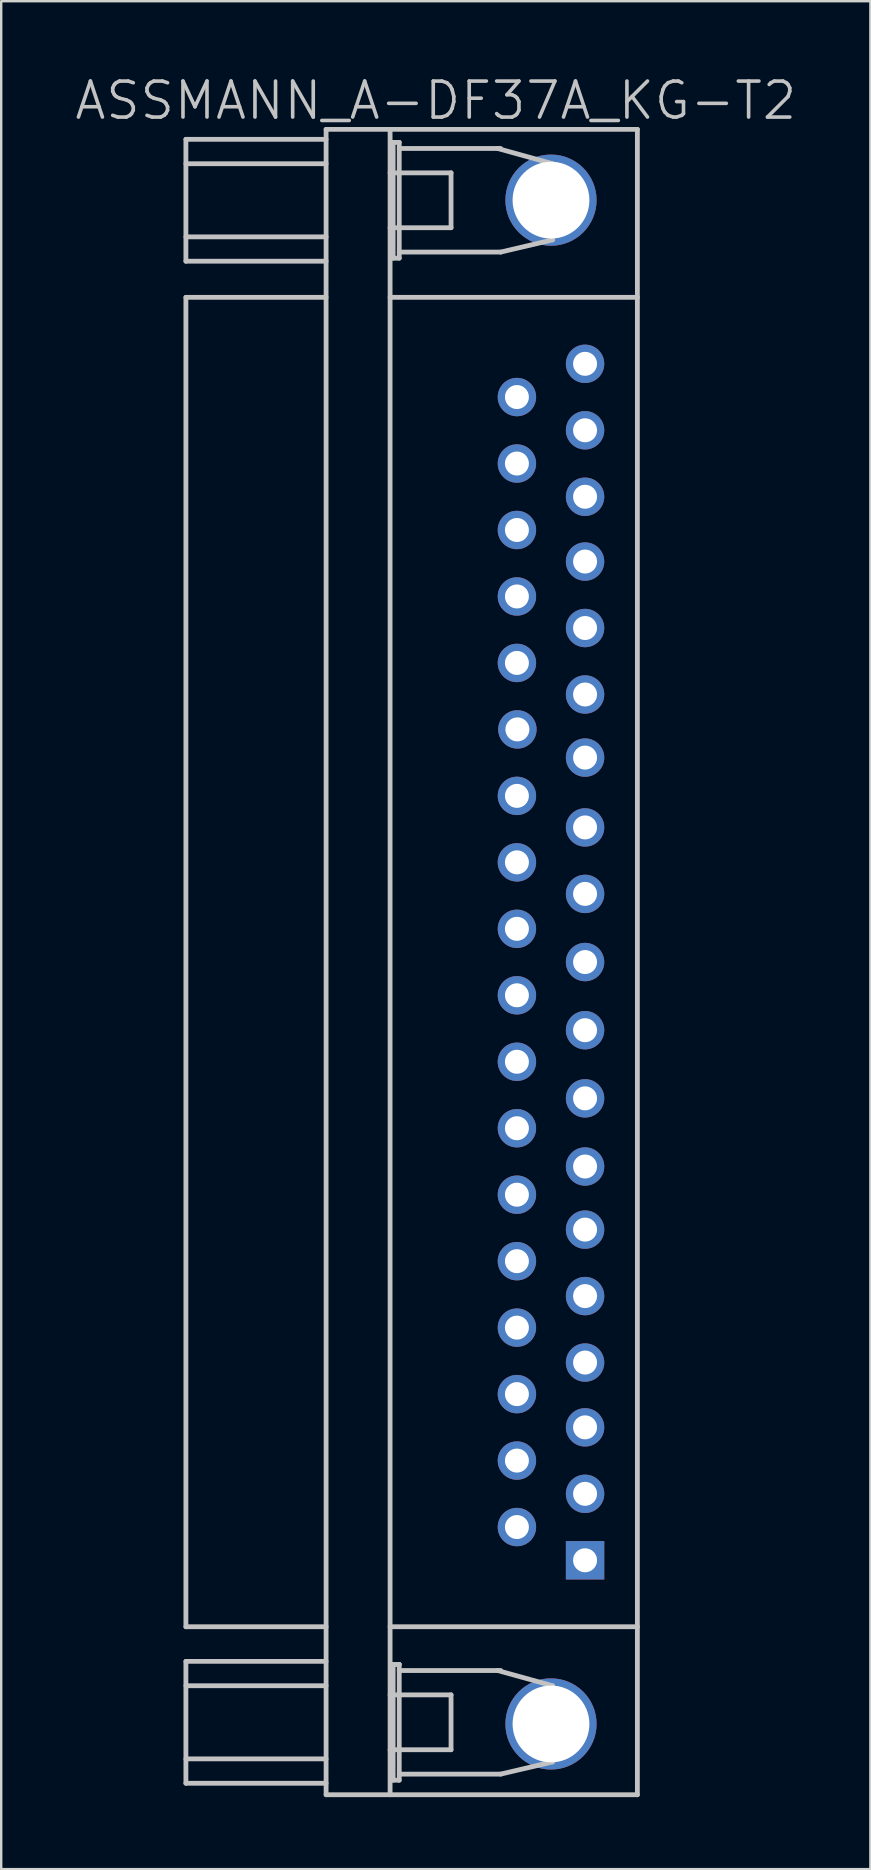
<source format=kicad_pcb>
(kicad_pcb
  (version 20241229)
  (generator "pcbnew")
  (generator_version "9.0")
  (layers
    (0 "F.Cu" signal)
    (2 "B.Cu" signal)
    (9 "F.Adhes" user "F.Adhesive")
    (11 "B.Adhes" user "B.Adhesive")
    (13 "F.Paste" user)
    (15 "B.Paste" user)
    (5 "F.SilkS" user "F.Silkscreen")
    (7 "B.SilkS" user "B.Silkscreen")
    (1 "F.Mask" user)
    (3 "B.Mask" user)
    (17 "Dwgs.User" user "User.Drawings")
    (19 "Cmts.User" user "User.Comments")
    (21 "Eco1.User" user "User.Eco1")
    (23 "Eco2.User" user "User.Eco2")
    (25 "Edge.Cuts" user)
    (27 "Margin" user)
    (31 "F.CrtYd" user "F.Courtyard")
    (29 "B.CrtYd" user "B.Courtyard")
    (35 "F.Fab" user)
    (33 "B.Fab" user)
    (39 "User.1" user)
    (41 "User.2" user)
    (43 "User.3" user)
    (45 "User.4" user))
  (footprint "ASSMANN_A-DF37A_KG-T2"
    (layer "F.Cu")
    (at 15.111 37.041)
    (property "Reference" "ASSMANN_A-DF37A_KG-T2" (at 0 -35.9 180) (layer "Dwgs.User") (effects (font (size 1.5 1.5) (thickness 0.15))))
    (attr through_hole)
    (fp_line (start -10.414 -34.285) (end -10.414 -29.205) (stroke (width 0.2) (type solid)) (layer "Dwgs.User"))
    (fp_line (start -10.414 27.7) (end -10.414 -27.7) (stroke (width 0.2) (type solid)) (layer "Dwgs.User"))
    (fp_line (start -10.414 27.7) (end -4.572 27.7) (stroke (width 0.2) (type solid)) (layer "Dwgs.User"))
    (fp_line (start -10.414 29.142) (end -10.414 34.221) (stroke (width 0.2) (type solid)) (layer "Dwgs.User"))
    (fp_line (start -4.572 -34.285) (end -10.414 -34.285) (stroke (width 0.2) (type solid)) (layer "Dwgs.User"))
    (fp_line (start -4.572 -33.269) (end -10.414 -33.269) (stroke (width 0.2) (type solid)) (layer "Dwgs.User"))
    (fp_line (start -4.572 -30.221) (end -10.414 -30.221) (stroke (width 0.2) (type solid)) (layer "Dwgs.User"))
    (fp_line (start -4.572 -29.205) (end -10.414 -29.205) (stroke (width 0.2) (type solid)) (layer "Dwgs.User"))
    (fp_line (start -4.572 -27.7) (end -10.414 -27.7) (stroke (width 0.2) (type solid)) (layer "Dwgs.User"))
    (fp_line (start -4.572 29.142) (end -10.414 29.142) (stroke (width 0.2) (type solid)) (layer "Dwgs.User"))
    (fp_line (start -4.572 30.157) (end -10.414 30.157) (stroke (width 0.2) (type solid)) (layer "Dwgs.User"))
    (fp_line (start -4.572 33.206) (end -10.414 33.206) (stroke (width 0.2) (type solid)) (layer "Dwgs.User"))
    (fp_line (start -4.572 34.221) (end -10.414 34.221) (stroke (width 0.2) (type solid)) (layer "Dwgs.User"))
    (fp_line (start -4.572 34.7) (end -4.572 -34.7) (stroke (width 0.2) (type solid)) (layer "Dwgs.User"))
    (fp_line (start -1.905 -34.7) (end -1.905 34.7) (stroke (width 0.2) (type solid)) (layer "Dwgs.User"))
    (fp_line (start -1.905 -32.888) (end 0.635 -32.888) (stroke (width 0.2) (type solid)) (layer "Dwgs.User"))
    (fp_line (start -1.905 -27.7) (end 8.4 -27.7) (stroke (width 0.2) (type solid)) (layer "Dwgs.User"))
    (fp_line (start -1.905 27.7) (end 8.4 27.7) (stroke (width 0.2) (type solid)) (layer "Dwgs.User"))
    (fp_line (start -1.905 30.538) (end 0.635 30.538) (stroke (width 0.2) (type solid)) (layer "Dwgs.User"))
    (fp_line (start -1.778 -34.158) (end -1.778 -29.332) (stroke (width 0.2) (type solid)) (layer "Dwgs.User"))
    (fp_line (start -1.778 -29.332) (end -1.524 -29.332) (stroke (width 0.2) (type solid)) (layer "Dwgs.User"))
    (fp_line (start -1.778 29.268) (end -1.778 34.094) (stroke (width 0.2) (type solid)) (layer "Dwgs.User"))
    (fp_line (start -1.778 34.094) (end -1.524 34.094) (stroke (width 0.2) (type solid)) (layer "Dwgs.User"))
    (fp_line (start -1.524 -34.158) (end -1.778 -34.158) (stroke (width 0.2) (type solid)) (layer "Dwgs.User"))
    (fp_line (start -1.524 -33.904) (end 2.703 -33.904) (stroke (width 0.2) (type solid)) (layer "Dwgs.User"))
    (fp_line (start -1.524 -29.332) (end -1.524 -34.158) (stroke (width 0.2) (type solid)) (layer "Dwgs.User"))
    (fp_line (start -1.524 29.268) (end -1.778 29.268) (stroke (width 0.2) (type solid)) (layer "Dwgs.User"))
    (fp_line (start -1.524 29.268) (end -1.778 29.268) (stroke (width 0.2) (type solid)) (layer "Dwgs.User"))
    (fp_line (start -1.524 29.523) (end 2.703 29.523) (stroke (width 0.2) (type solid)) (layer "Dwgs.User"))
    (fp_line (start -1.524 34.094) (end -1.524 29.268) (stroke (width 0.2) (type solid)) (layer "Dwgs.User"))
    (fp_line (start 0.635 -32.888) (end 0.635 -30.602) (stroke (width 0.2) (type solid)) (layer "Dwgs.User"))
    (fp_line (start 0.635 -30.602) (end -1.905 -30.602) (stroke (width 0.2) (type solid)) (layer "Dwgs.User"))
    (fp_line (start 0.635 30.538) (end 0.635 32.825) (stroke (width 0.2) (type solid)) (layer "Dwgs.User"))
    (fp_line (start 0.635 32.825) (end -1.905 32.825) (stroke (width 0.2) (type solid)) (layer "Dwgs.User"))
    (fp_line (start 2.576 -33.904) (end 4.862 -33.269) (stroke (width 0.2) (type solid)) (layer "Dwgs.User"))
    (fp_line (start 2.576 29.523) (end 4.862 30.157) (stroke (width 0.2) (type solid)) (layer "Dwgs.User"))
    (fp_line (start 2.703 -29.586) (end -1.524 -29.586) (stroke (width 0.2) (type solid)) (layer "Dwgs.User"))
    (fp_line (start 2.703 33.84) (end -1.524 33.84) (stroke (width 0.2) (type solid)) (layer "Dwgs.User"))
    (fp_line (start 4.862 -33.269) (end 4.862 -30.094) (stroke (width 0.2) (type solid)) (layer "Dwgs.User"))
    (fp_line (start 4.862 -30.094) (end 2.703 -29.586) (stroke (width 0.2) (type solid)) (layer "Dwgs.User"))
    (fp_line (start 4.862 30.157) (end 4.862 33.333) (stroke (width 0.2) (type solid)) (layer "Dwgs.User"))
    (fp_line (start 4.862 33.333) (end 2.703 33.84) (stroke (width 0.2) (type solid)) (layer "Dwgs.User"))
    (fp_line (start 8.4 -34.7) (end -4.572 -34.7) (stroke (width 0.2) (type solid)) (layer "Dwgs.User"))
    (fp_line (start 8.4 34.7) (end -4.572 34.7) (stroke (width 0.2) (type solid)) (layer "Dwgs.User"))
    (fp_line (start 8.4 34.7) (end 8.4 -34.7) (stroke (width 0.2) (type solid)) (layer "Dwgs.User"))
    (pad "" thru_hole circle (at 4.8 -31.75 270) (size 3.8 3.8) (drill 3.2) (layers "*.Cu" "*.Mask"))
    (pad "" thru_hole circle (at 4.8 31.75 270) (size 3.8 3.8) (drill 3.2) (layers "*.Cu" "*.Mask"))
    (pad "1" thru_hole rect (at 6.22 24.93) (size 1.6 1.6) (drill 1) (layers "*.Cu" "*.Mask"))
    (pad "2" thru_hole circle (at 6.22 22.16) (size 1.6 1.6) (drill 1) (layers "*.Cu" "*.Mask"))
    (pad "3" thru_hole circle (at 6.22 19.39) (size 1.6 1.6) (drill 1) (layers "*.Cu" "*.Mask"))
    (pad "4" thru_hole circle (at 6.22 16.69) (size 1.6 1.6) (drill 1) (layers "*.Cu" "*.Mask"))
    (pad "5" thru_hole circle (at 6.22 13.92) (size 1.6 1.6) (drill 1) (layers "*.Cu" "*.Mask"))
    (pad "6" thru_hole circle (at 6.22 11.15) (size 1.6 1.6) (drill 1) (layers "*.Cu" "*.Mask"))
    (pad "7" thru_hole circle (at 6.22 8.52) (size 1.6 1.6) (drill 1) (layers "*.Cu" "*.Mask"))
    (pad "8" thru_hole circle (at 6.22 5.68) (size 1.6 1.6) (drill 1) (layers "*.Cu" "*.Mask"))
    (pad "9" thru_hole circle (at 6.22 2.84) (size 1.6 1.6) (drill 1) (layers "*.Cu" "*.Mask"))
    (pad "10" thru_hole circle (at 6.22 0) (size 1.6 1.6) (drill 1) (layers "*.Cu" "*.Mask"))
    (pad "11" thru_hole circle (at 6.22 -2.84) (size 1.6 1.6) (drill 1) (layers "*.Cu" "*.Mask"))
    (pad "12" thru_hole circle (at 6.22 -5.61) (size 1.6 1.6) (drill 1) (layers "*.Cu" "*.Mask"))
    (pad "13" thru_hole circle (at 6.22 -8.52) (size 1.6 1.6) (drill 1) (layers "*.Cu" "*.Mask"))
    (pad "14" thru_hole circle (at 6.22 -11.15) (size 1.6 1.6) (drill 1) (layers "*.Cu" "*.Mask"))
    (pad "15" thru_hole circle (at 6.22 -13.92) (size 1.6 1.6) (drill 1) (layers "*.Cu" "*.Mask"))
    (pad "16" thru_hole circle (at 6.22 -16.69) (size 1.6 1.6) (drill 1) (layers "*.Cu" "*.Mask"))
    (pad "17" thru_hole circle (at 6.22 -19.39) (size 1.6 1.6) (drill 1) (layers "*.Cu" "*.Mask"))
    (pad "18" thru_hole circle (at 6.22 -22.16) (size 1.6 1.6) (drill 1) (layers "*.Cu" "*.Mask"))
    (pad "19" thru_hole circle (at 6.22 -24.93) (size 1.6 1.6) (drill 1) (layers "*.Cu" "*.Mask"))
    (pad "20" thru_hole circle (at 3.38 23.545) (size 1.6 1.6) (drill 1) (layers "*.Cu" "*.Mask"))
    (pad "21" thru_hole circle (at 3.38 20.775) (size 1.6 1.6) (drill 1) (layers "*.Cu" "*.Mask"))
    (pad "22" thru_hole circle (at 3.38 18.005) (size 1.6 1.6) (drill 1) (layers "*.Cu" "*.Mask"))
    (pad "23" thru_hole circle (at 3.38 15.235) (size 1.6 1.6) (drill 1) (layers "*.Cu" "*.Mask"))
    (pad "24" thru_hole circle (at 3.38 12.465) (size 1.6 1.6) (drill 1) (layers "*.Cu" "*.Mask"))
    (pad "25" thru_hole circle (at 3.38 9.695) (size 1.6 1.6) (drill 1) (layers "*.Cu" "*.Mask"))
    (pad "26" thru_hole circle (at 3.38 6.925) (size 1.6 1.6) (drill 1) (layers "*.Cu" "*.Mask"))
    (pad "27" thru_hole circle (at 3.38 4.155) (size 1.6 1.6) (drill 1) (layers "*.Cu" "*.Mask"))
    (pad "28" thru_hole circle (at 3.38 1.385) (size 1.6 1.6) (drill 1) (layers "*.Cu" "*.Mask"))
    (pad "29" thru_hole circle (at 3.38 -1.385) (size 1.6 1.6) (drill 1) (layers "*.Cu" "*.Mask"))
    (pad "30" thru_hole circle (at 3.38 -4.155) (size 1.6 1.6) (drill 1) (layers "*.Cu" "*.Mask"))
    (pad "31" thru_hole circle (at 3.38 -6.925) (size 1.6 1.6) (drill 1) (layers "*.Cu" "*.Mask"))
    (pad "32" thru_hole circle (at 3.4 -9.695) (size 1.6 1.6) (drill 1) (layers "*.Cu" "*.Mask"))
    (pad "33" thru_hole circle (at 3.38 -12.465) (size 1.6 1.6) (drill 1) (layers "*.Cu" "*.Mask"))
    (pad "34" thru_hole circle (at 3.38 -15.235) (size 1.6 1.6) (drill 1) (layers "*.Cu" "*.Mask"))
    (pad "35" thru_hole circle (at 3.38 -18.005) (size 1.6 1.6) (drill 1) (layers "*.Cu" "*.Mask"))
    (pad "36" thru_hole circle (at 3.38 -20.775) (size 1.6 1.6) (drill 1) (layers "*.Cu" "*.Mask"))
    (pad "37" thru_hole circle (at 3.38 -23.545) (size 1.6 1.6) (drill 1) (layers "*.Cu" "*.Mask")))
  (gr_rect
    (start -3 -3)
    (end 33.221 74.841)
    (stroke (width 0.1) (type default))
    (fill no)
    (layer "Edge.Cuts")))
</source>
